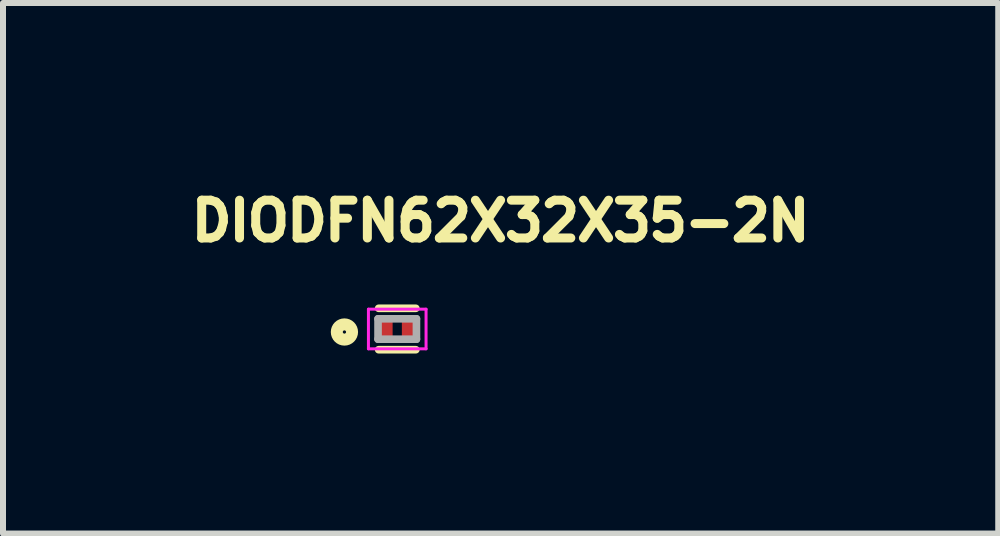
<source format=kicad_pcb>
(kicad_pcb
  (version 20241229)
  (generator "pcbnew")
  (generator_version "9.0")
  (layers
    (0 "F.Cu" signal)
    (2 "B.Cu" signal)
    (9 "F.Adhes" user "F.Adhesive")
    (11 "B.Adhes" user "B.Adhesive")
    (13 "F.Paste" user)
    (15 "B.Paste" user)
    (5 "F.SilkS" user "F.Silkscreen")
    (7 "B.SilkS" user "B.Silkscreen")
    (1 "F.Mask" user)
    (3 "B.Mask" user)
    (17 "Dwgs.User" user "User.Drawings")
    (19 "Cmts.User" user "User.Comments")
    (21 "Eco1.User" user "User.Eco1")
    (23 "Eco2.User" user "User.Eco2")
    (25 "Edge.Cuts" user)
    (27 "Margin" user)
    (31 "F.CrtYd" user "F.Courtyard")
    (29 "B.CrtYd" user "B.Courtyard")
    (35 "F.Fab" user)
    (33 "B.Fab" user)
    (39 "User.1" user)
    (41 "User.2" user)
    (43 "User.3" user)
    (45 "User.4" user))
  (footprint "DIODFN62X32X35-2N"
    (layer "F.Cu")
    (at 3.569 2.432)
    (property "Reference" "DIODFN62X32X35-2N" (at 1.722 -1.8 0) (layer "F.SilkS") (effects (font (size 0.63 0.63) (thickness 0.15))))
    (attr through_hole)
    (fp_line (start -0.31 -0.345) (end 0.31 -0.345) (stroke (width 0.127) (type solid)) (layer "F.SilkS"))
    (fp_line (start -0.31 0.345) (end 0.31 0.345) (stroke (width 0.127) (type solid)) (layer "F.SilkS"))
    (fp_circle (center -0.88 0.05) (end -0.753 0.05) (stroke (width 0.2) (type solid)) (fill no) (layer "F.SilkS"))
    (fp_line (start -0.48 -0.33) (end 0.48 -0.33) (stroke (width 0.05) (type solid)) (layer "F.CrtYd"))
    (fp_line (start -0.48 0.33) (end -0.48 -0.33) (stroke (width 0.05) (type solid)) (layer "F.CrtYd"))
    (fp_line (start 0.48 -0.33) (end 0.48 0.33) (stroke (width 0.05) (type solid)) (layer "F.CrtYd"))
    (fp_line (start 0.48 0.33) (end -0.48 0.33) (stroke (width 0.05) (type solid)) (layer "F.CrtYd"))
    (fp_line (start -0.32 -0.17) (end 0.32 -0.17) (stroke (width 0.127) (type solid)) (layer "F.Fab"))
    (fp_line (start -0.32 0.17) (end -0.32 -0.17) (stroke (width 0.127) (type solid)) (layer "F.Fab"))
    (fp_line (start 0.32 -0.17) (end 0.32 0.17) (stroke (width 0.127) (type solid)) (layer "F.Fab"))
    (fp_line (start 0.32 0.17) (end -0.32 0.17) (stroke (width 0.127) (type solid)) (layer "F.Fab"))
    (pad "A" smd rect (at 0.177 0) (size 0.2 0.26) (layers "F.Cu" "F.Mask" "F.Paste"))
    (pad "C" smd rect (at -0.177 0) (size 0.2 0.26) (layers "F.Cu" "F.Mask" "F.Paste")))
  (gr_rect
    (start -3 -3)
    (end 13.583 5.84)
    (stroke (width 0.1) (type default))
    (fill no)
    (layer "Edge.Cuts")))
</source>
